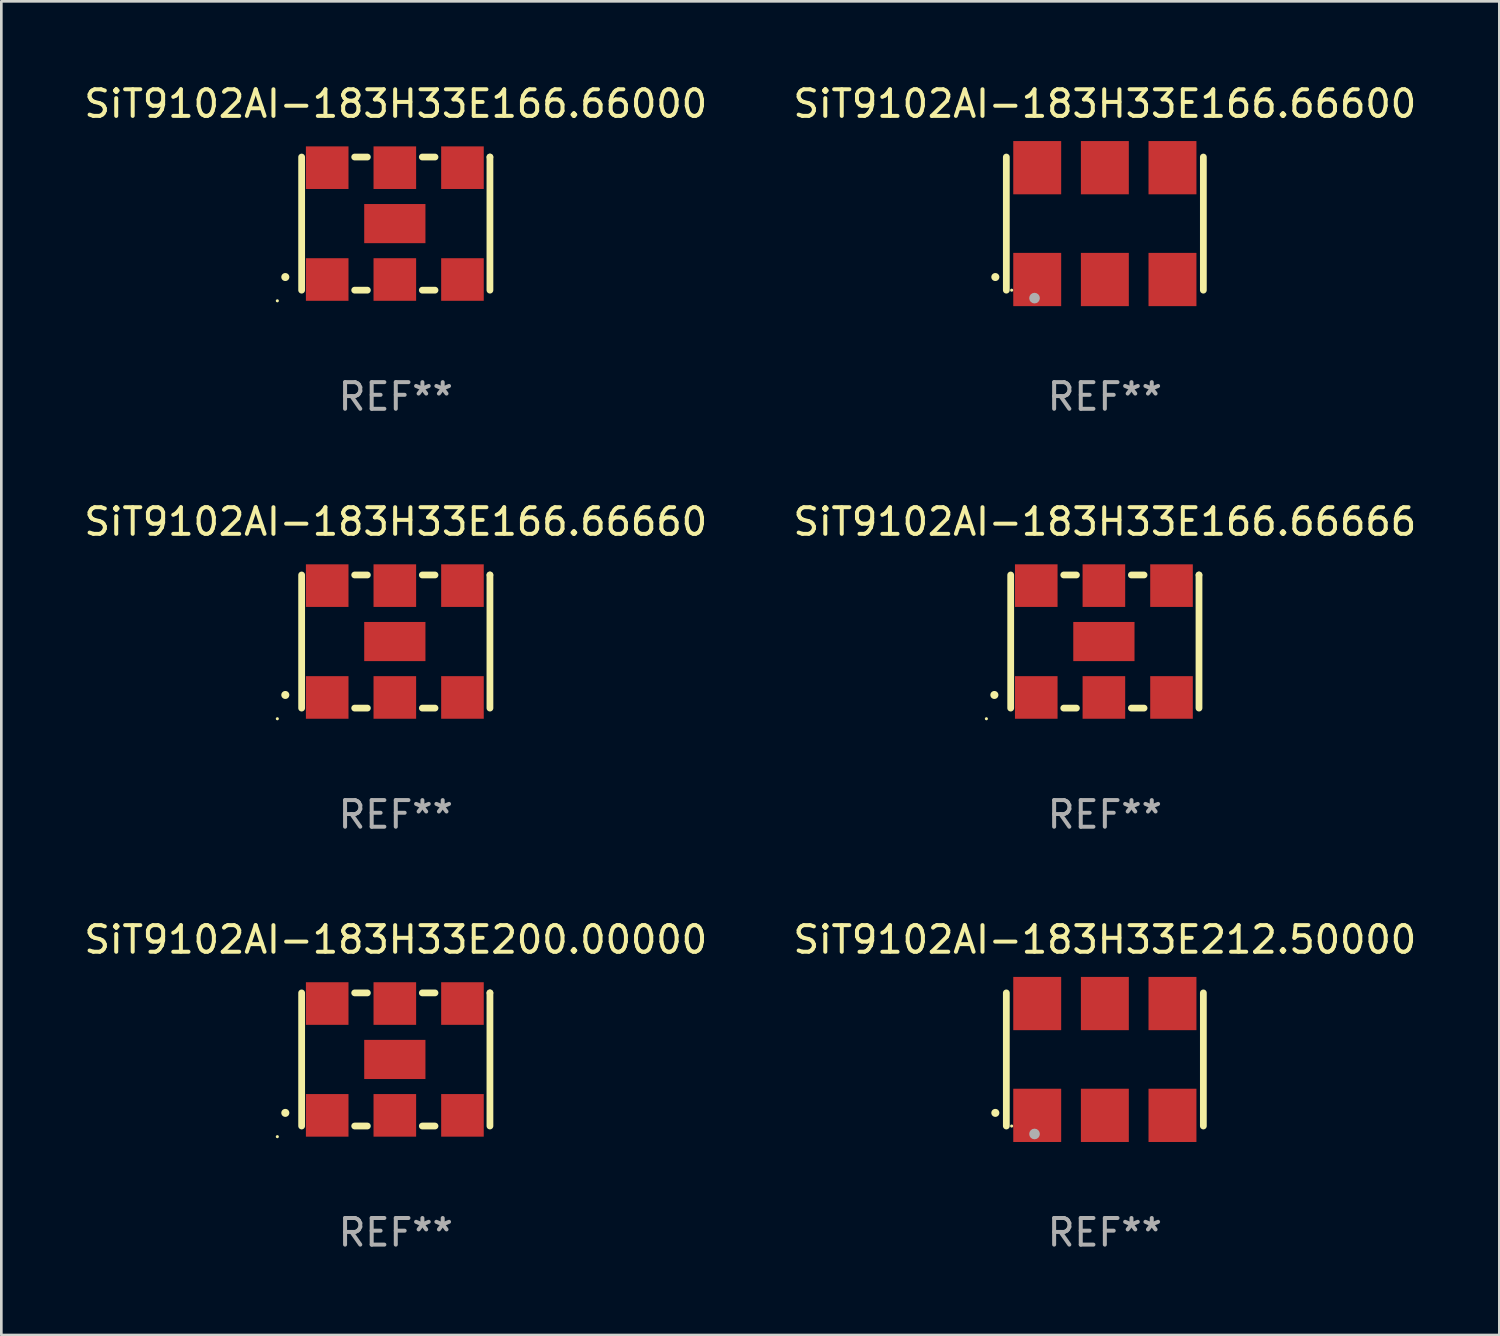
<source format=kicad_pcb>
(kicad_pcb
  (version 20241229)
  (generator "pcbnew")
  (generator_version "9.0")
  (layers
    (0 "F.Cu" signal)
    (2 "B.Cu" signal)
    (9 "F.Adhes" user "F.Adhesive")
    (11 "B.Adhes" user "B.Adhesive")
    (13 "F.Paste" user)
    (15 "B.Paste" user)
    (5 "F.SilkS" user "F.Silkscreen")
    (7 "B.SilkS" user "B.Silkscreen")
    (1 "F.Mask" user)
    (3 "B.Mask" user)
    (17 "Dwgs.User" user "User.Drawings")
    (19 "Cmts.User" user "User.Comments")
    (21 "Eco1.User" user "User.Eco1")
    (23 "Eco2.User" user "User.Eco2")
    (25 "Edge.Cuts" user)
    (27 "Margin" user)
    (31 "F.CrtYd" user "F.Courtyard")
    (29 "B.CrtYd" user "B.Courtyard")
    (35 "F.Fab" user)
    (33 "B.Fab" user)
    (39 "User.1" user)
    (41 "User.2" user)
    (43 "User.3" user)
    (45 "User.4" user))
  (footprint "SiT9102AI-183H33E200.00000"
    (layer "F.Cu")
    (at 11.815 36.741)
    (property "Reference" "SiT9102AI-183H33E200.00000" (at 0 -4.5 0) (layer "F.SilkS") (effects (font (size 1 1) (thickness 0.15))))
    (attr through_hole)
    (fp_line (start -3.536 -2.5) (end -3.536 2.5) (stroke (width 0.254) (type solid)) (layer "F.SilkS"))
    (fp_line (start -1.544 2.5) (end -1.067 2.5) (stroke (width 0.254) (type solid)) (layer "F.SilkS"))
    (fp_line (start -1.067 -2.5) (end -1.544 -2.5) (stroke (width 0.254) (type solid)) (layer "F.SilkS"))
    (fp_line (start 0.996 2.5) (end 1.473 2.5) (stroke (width 0.254) (type solid)) (layer "F.SilkS"))
    (fp_line (start 1.473 -2.5) (end 0.996 -2.5) (stroke (width 0.254) (type solid)) (layer "F.SilkS"))
    (fp_line (start 3.536 -2.5) (end 3.536 -2.5) (stroke (width 0.254) (type solid)) (layer "F.SilkS"))
    (fp_line (start 3.536 2.5) (end 3.536 -2.5) (stroke (width 0.254) (type solid)) (layer "F.SilkS"))
    (fp_arc (start -4.150432 2.006604) (mid -4.149162 2.006599) (end -4.147892 2.006604) (stroke (width 0.3) (type solid)) (layer "F.SilkS"))
    (fp_circle (center -4.449 2.9) (end -4.419 2.9) (stroke (width 0.06) (type solid)) (fill no) (layer "F.SilkS"))
    (fp_text user "REF**" (at 0 6.5 0) (layer "F.Fab") (effects (font (size 1 1) (thickness 0.15))))
    (pad "1" smd rect (at -2.576 2.1) (size 1.6 1.6) (layers "F.Cu" "F.Mask" "F.Paste"))
    (pad "2" smd rect (at -0.036 2.1) (size 1.6 1.6) (layers "F.Cu" "F.Mask" "F.Paste"))
    (pad "3" smd rect (at 2.504 2.1) (size 1.6 1.6) (layers "F.Cu" "F.Mask" "F.Paste"))
    (pad "4" smd rect (at 2.504 -2.1) (size 1.6 1.6) (layers "F.Cu" "F.Mask" "F.Paste"))
    (pad "5" smd rect (at -0.036 -2.1) (size 1.6 1.6) (layers "F.Cu" "F.Mask" "F.Paste"))
    (pad "6" smd rect (at -2.576 -2.1) (size 1.6 1.6) (layers "F.Cu" "F.Mask" "F.Paste"))
    (pad "7" smd rect (at -0.036 0) (size 2.3 1.47) (layers "F.Cu" "F.Mask" "F.Paste")))
  (footprint "SiT9102AI-183H33E166.66000"
    (layer "F.Cu")
    (at 11.815 5.348)
    (property "Reference" "SiT9102AI-183H33E166.66000" (at 0 -4.5 0) (layer "F.SilkS") (effects (font (size 1 1) (thickness 0.15))))
    (attr through_hole)
    (fp_line (start -3.536 -2.5) (end -3.536 2.5) (stroke (width 0.254) (type solid)) (layer "F.SilkS"))
    (fp_line (start -1.544 2.5) (end -1.067 2.5) (stroke (width 0.254) (type solid)) (layer "F.SilkS"))
    (fp_line (start -1.067 -2.5) (end -1.544 -2.5) (stroke (width 0.254) (type solid)) (layer "F.SilkS"))
    (fp_line (start 0.996 2.5) (end 1.473 2.5) (stroke (width 0.254) (type solid)) (layer "F.SilkS"))
    (fp_line (start 1.473 -2.5) (end 0.996 -2.5) (stroke (width 0.254) (type solid)) (layer "F.SilkS"))
    (fp_line (start 3.536 -2.5) (end 3.536 -2.5) (stroke (width 0.254) (type solid)) (layer "F.SilkS"))
    (fp_line (start 3.536 2.5) (end 3.536 -2.5) (stroke (width 0.254) (type solid)) (layer "F.SilkS"))
    (fp_arc (start -4.150432 2.006604) (mid -4.149162 2.006599) (end -4.147892 2.006604) (stroke (width 0.3) (type solid)) (layer "F.SilkS"))
    (fp_circle (center -4.449 2.9) (end -4.419 2.9) (stroke (width 0.06) (type solid)) (fill no) (layer "F.SilkS"))
    (fp_text user "REF**" (at 0 6.5 0) (layer "F.Fab") (effects (font (size 1 1) (thickness 0.15))))
    (pad "1" smd rect (at -2.576 2.1) (size 1.6 1.6) (layers "F.Cu" "F.Mask" "F.Paste"))
    (pad "2" smd rect (at -0.036 2.1) (size 1.6 1.6) (layers "F.Cu" "F.Mask" "F.Paste"))
    (pad "3" smd rect (at 2.504 2.1) (size 1.6 1.6) (layers "F.Cu" "F.Mask" "F.Paste"))
    (pad "4" smd rect (at 2.504 -2.1) (size 1.6 1.6) (layers "F.Cu" "F.Mask" "F.Paste"))
    (pad "5" smd rect (at -0.036 -2.1) (size 1.6 1.6) (layers "F.Cu" "F.Mask" "F.Paste"))
    (pad "6" smd rect (at -2.576 -2.1) (size 1.6 1.6) (layers "F.Cu" "F.Mask" "F.Paste"))
    (pad "7" smd rect (at -0.036 0) (size 2.3 1.47) (layers "F.Cu" "F.Mask" "F.Paste")))
  (footprint "SiT9102AI-183H33E212.50000"
    (layer "F.Cu")
    (at 38.446 36.741)
    (property "Reference" "SiT9102AI-183H33E212.50000" (at 0 -4.5 0) (layer "F.SilkS") (effects (font (size 1 1) (thickness 0.15))))
    (attr through_hole)
    (fp_line (start -3.7 -2.5) (end -3.7 2.5) (stroke (width 0.254) (type solid)) (layer "F.SilkS"))
    (fp_line (start 3.7 -2.5) (end 3.7 2.5) (stroke (width 0.254) (type solid)) (layer "F.SilkS"))
    (fp_arc (start -4.114415 2.006604) (mid -4.113145 2.006599) (end -4.111875 2.006604) (stroke (width 0.3) (type solid)) (layer "F.SilkS"))
    (fp_circle (center -3.5 2.501) (end -3.47 2.501) (stroke (width 0.06) (type solid)) (fill no) (layer "F.SilkS"))
    (fp_circle (center -2.641 2.799) (end -2.541 2.799) (stroke (width 0.2) (type solid)) (fill no) (layer "F.Fab"))
    (fp_text user "REF**" (at 0 6.5 0) (layer "F.Fab") (effects (font (size 1 1) (thickness 0.15))))
    (pad "1" smd rect (at -2.54 2.1) (size 1.8 2) (layers "F.Cu" "F.Mask" "F.Paste"))
    (pad "2" smd rect (at 0.000394 2.1) (size 1.8 2) (layers "F.Cu" "F.Mask" "F.Paste"))
    (pad "3" smd rect (at 2.54 2.1) (size 1.8 2) (layers "F.Cu" "F.Mask" "F.Paste"))
    (pad "4" smd rect (at 2.54 -2.1) (size 1.8 2) (layers "F.Cu" "F.Mask" "F.Paste"))
    (pad "5" smd rect (at 0.000394 -2.1) (size 1.8 2) (layers "F.Cu" "F.Mask" "F.Paste"))
    (pad "6" smd rect (at -2.54 -2.1) (size 1.8 2) (layers "F.Cu" "F.Mask" "F.Paste")))
  (footprint "SiT9102AI-183H33E166.66660"
    (layer "F.Cu")
    (at 11.815 21.045)
    (property "Reference" "SiT9102AI-183H33E166.66660" (at 0 -4.5 0) (layer "F.SilkS") (effects (font (size 1 1) (thickness 0.15))))
    (attr through_hole)
    (fp_line (start -3.536 -2.5) (end -3.536 2.5) (stroke (width 0.254) (type solid)) (layer "F.SilkS"))
    (fp_line (start -1.544 2.5) (end -1.067 2.5) (stroke (width 0.254) (type solid)) (layer "F.SilkS"))
    (fp_line (start -1.067 -2.5) (end -1.544 -2.5) (stroke (width 0.254) (type solid)) (layer "F.SilkS"))
    (fp_line (start 0.996 2.5) (end 1.473 2.5) (stroke (width 0.254) (type solid)) (layer "F.SilkS"))
    (fp_line (start 1.473 -2.5) (end 0.996 -2.5) (stroke (width 0.254) (type solid)) (layer "F.SilkS"))
    (fp_line (start 3.536 -2.5) (end 3.536 -2.5) (stroke (width 0.254) (type solid)) (layer "F.SilkS"))
    (fp_line (start 3.536 2.5) (end 3.536 -2.5) (stroke (width 0.254) (type solid)) (layer "F.SilkS"))
    (fp_arc (start -4.150432 2.006604) (mid -4.149162 2.006599) (end -4.147892 2.006604) (stroke (width 0.3) (type solid)) (layer "F.SilkS"))
    (fp_circle (center -4.449 2.9) (end -4.419 2.9) (stroke (width 0.06) (type solid)) (fill no) (layer "F.SilkS"))
    (fp_text user "REF**" (at 0 6.5 0) (layer "F.Fab") (effects (font (size 1 1) (thickness 0.15))))
    (pad "1" smd rect (at -2.576 2.1) (size 1.6 1.6) (layers "F.Cu" "F.Mask" "F.Paste"))
    (pad "2" smd rect (at -0.036 2.1) (size 1.6 1.6) (layers "F.Cu" "F.Mask" "F.Paste"))
    (pad "3" smd rect (at 2.504 2.1) (size 1.6 1.6) (layers "F.Cu" "F.Mask" "F.Paste"))
    (pad "4" smd rect (at 2.504 -2.1) (size 1.6 1.6) (layers "F.Cu" "F.Mask" "F.Paste"))
    (pad "5" smd rect (at -0.036 -2.1) (size 1.6 1.6) (layers "F.Cu" "F.Mask" "F.Paste"))
    (pad "6" smd rect (at -2.576 -2.1) (size 1.6 1.6) (layers "F.Cu" "F.Mask" "F.Paste"))
    (pad "7" smd rect (at -0.036 0) (size 2.3 1.47) (layers "F.Cu" "F.Mask" "F.Paste")))
  (footprint "SiT9102AI-183H33E166.66666"
    (layer "F.Cu")
    (at 38.446 21.045)
    (property "Reference" "SiT9102AI-183H33E166.66666" (at 0 -4.5 0) (layer "F.SilkS") (effects (font (size 1 1) (thickness 0.15))))
    (attr through_hole)
    (fp_line (start -3.536 -2.5) (end -3.536 2.5) (stroke (width 0.254) (type solid)) (layer "F.SilkS"))
    (fp_line (start -1.544 2.5) (end -1.067 2.5) (stroke (width 0.254) (type solid)) (layer "F.SilkS"))
    (fp_line (start -1.067 -2.5) (end -1.544 -2.5) (stroke (width 0.254) (type solid)) (layer "F.SilkS"))
    (fp_line (start 0.996 2.5) (end 1.473 2.5) (stroke (width 0.254) (type solid)) (layer "F.SilkS"))
    (fp_line (start 1.473 -2.5) (end 0.996 -2.5) (stroke (width 0.254) (type solid)) (layer "F.SilkS"))
    (fp_line (start 3.536 -2.5) (end 3.536 -2.5) (stroke (width 0.254) (type solid)) (layer "F.SilkS"))
    (fp_line (start 3.536 2.5) (end 3.536 -2.5) (stroke (width 0.254) (type solid)) (layer "F.SilkS"))
    (fp_arc (start -4.150432 2.006604) (mid -4.149162 2.006599) (end -4.147892 2.006604) (stroke (width 0.3) (type solid)) (layer "F.SilkS"))
    (fp_circle (center -4.449 2.9) (end -4.419 2.9) (stroke (width 0.06) (type solid)) (fill no) (layer "F.SilkS"))
    (fp_text user "REF**" (at 0 6.5 0) (layer "F.Fab") (effects (font (size 1 1) (thickness 0.15))))
    (pad "1" smd rect (at -2.576 2.1) (size 1.6 1.6) (layers "F.Cu" "F.Mask" "F.Paste"))
    (pad "2" smd rect (at -0.036 2.1) (size 1.6 1.6) (layers "F.Cu" "F.Mask" "F.Paste"))
    (pad "3" smd rect (at 2.504 2.1) (size 1.6 1.6) (layers "F.Cu" "F.Mask" "F.Paste"))
    (pad "4" smd rect (at 2.504 -2.1) (size 1.6 1.6) (layers "F.Cu" "F.Mask" "F.Paste"))
    (pad "5" smd rect (at -0.036 -2.1) (size 1.6 1.6) (layers "F.Cu" "F.Mask" "F.Paste"))
    (pad "6" smd rect (at -2.576 -2.1) (size 1.6 1.6) (layers "F.Cu" "F.Mask" "F.Paste"))
    (pad "7" smd rect (at -0.036 0) (size 2.3 1.47) (layers "F.Cu" "F.Mask" "F.Paste")))
  (footprint "SiT9102AI-183H33E166.66600"
    (layer "F.Cu")
    (at 38.446 5.348)
    (property "Reference" "SiT9102AI-183H33E166.66600" (at 0 -4.5 0) (layer "F.SilkS") (effects (font (size 1 1) (thickness 0.15))))
    (attr through_hole)
    (fp_line (start -3.7 -2.5) (end -3.7 2.5) (stroke (width 0.254) (type solid)) (layer "F.SilkS"))
    (fp_line (start 3.7 -2.5) (end 3.7 2.5) (stroke (width 0.254) (type solid)) (layer "F.SilkS"))
    (fp_arc (start -4.114415 2.006604) (mid -4.113145 2.006599) (end -4.111875 2.006604) (stroke (width 0.3) (type solid)) (layer "F.SilkS"))
    (fp_circle (center -3.5 2.501) (end -3.47 2.501) (stroke (width 0.06) (type solid)) (fill no) (layer "F.SilkS"))
    (fp_circle (center -2.641 2.799) (end -2.541 2.799) (stroke (width 0.2) (type solid)) (fill no) (layer "F.Fab"))
    (fp_text user "REF**" (at 0 6.5 0) (layer "F.Fab") (effects (font (size 1 1) (thickness 0.15))))
    (pad "1" smd rect (at -2.54 2.1) (size 1.8 2) (layers "F.Cu" "F.Mask" "F.Paste"))
    (pad "2" smd rect (at 0.000394 2.1) (size 1.8 2) (layers "F.Cu" "F.Mask" "F.Paste"))
    (pad "3" smd rect (at 2.54 2.1) (size 1.8 2) (layers "F.Cu" "F.Mask" "F.Paste"))
    (pad "4" smd rect (at 2.54 -2.1) (size 1.8 2) (layers "F.Cu" "F.Mask" "F.Paste"))
    (pad "5" smd rect (at 0.000394 -2.1) (size 1.8 2) (layers "F.Cu" "F.Mask" "F.Paste"))
    (pad "6" smd rect (at -2.54 -2.1) (size 1.8 2) (layers "F.Cu" "F.Mask" "F.Paste")))
  (gr_rect
    (start -3 -3)
    (end 53.262 47.09)
    (stroke (width 0.1) (type default))
    (fill no)
    (layer "Edge.Cuts")))
</source>
